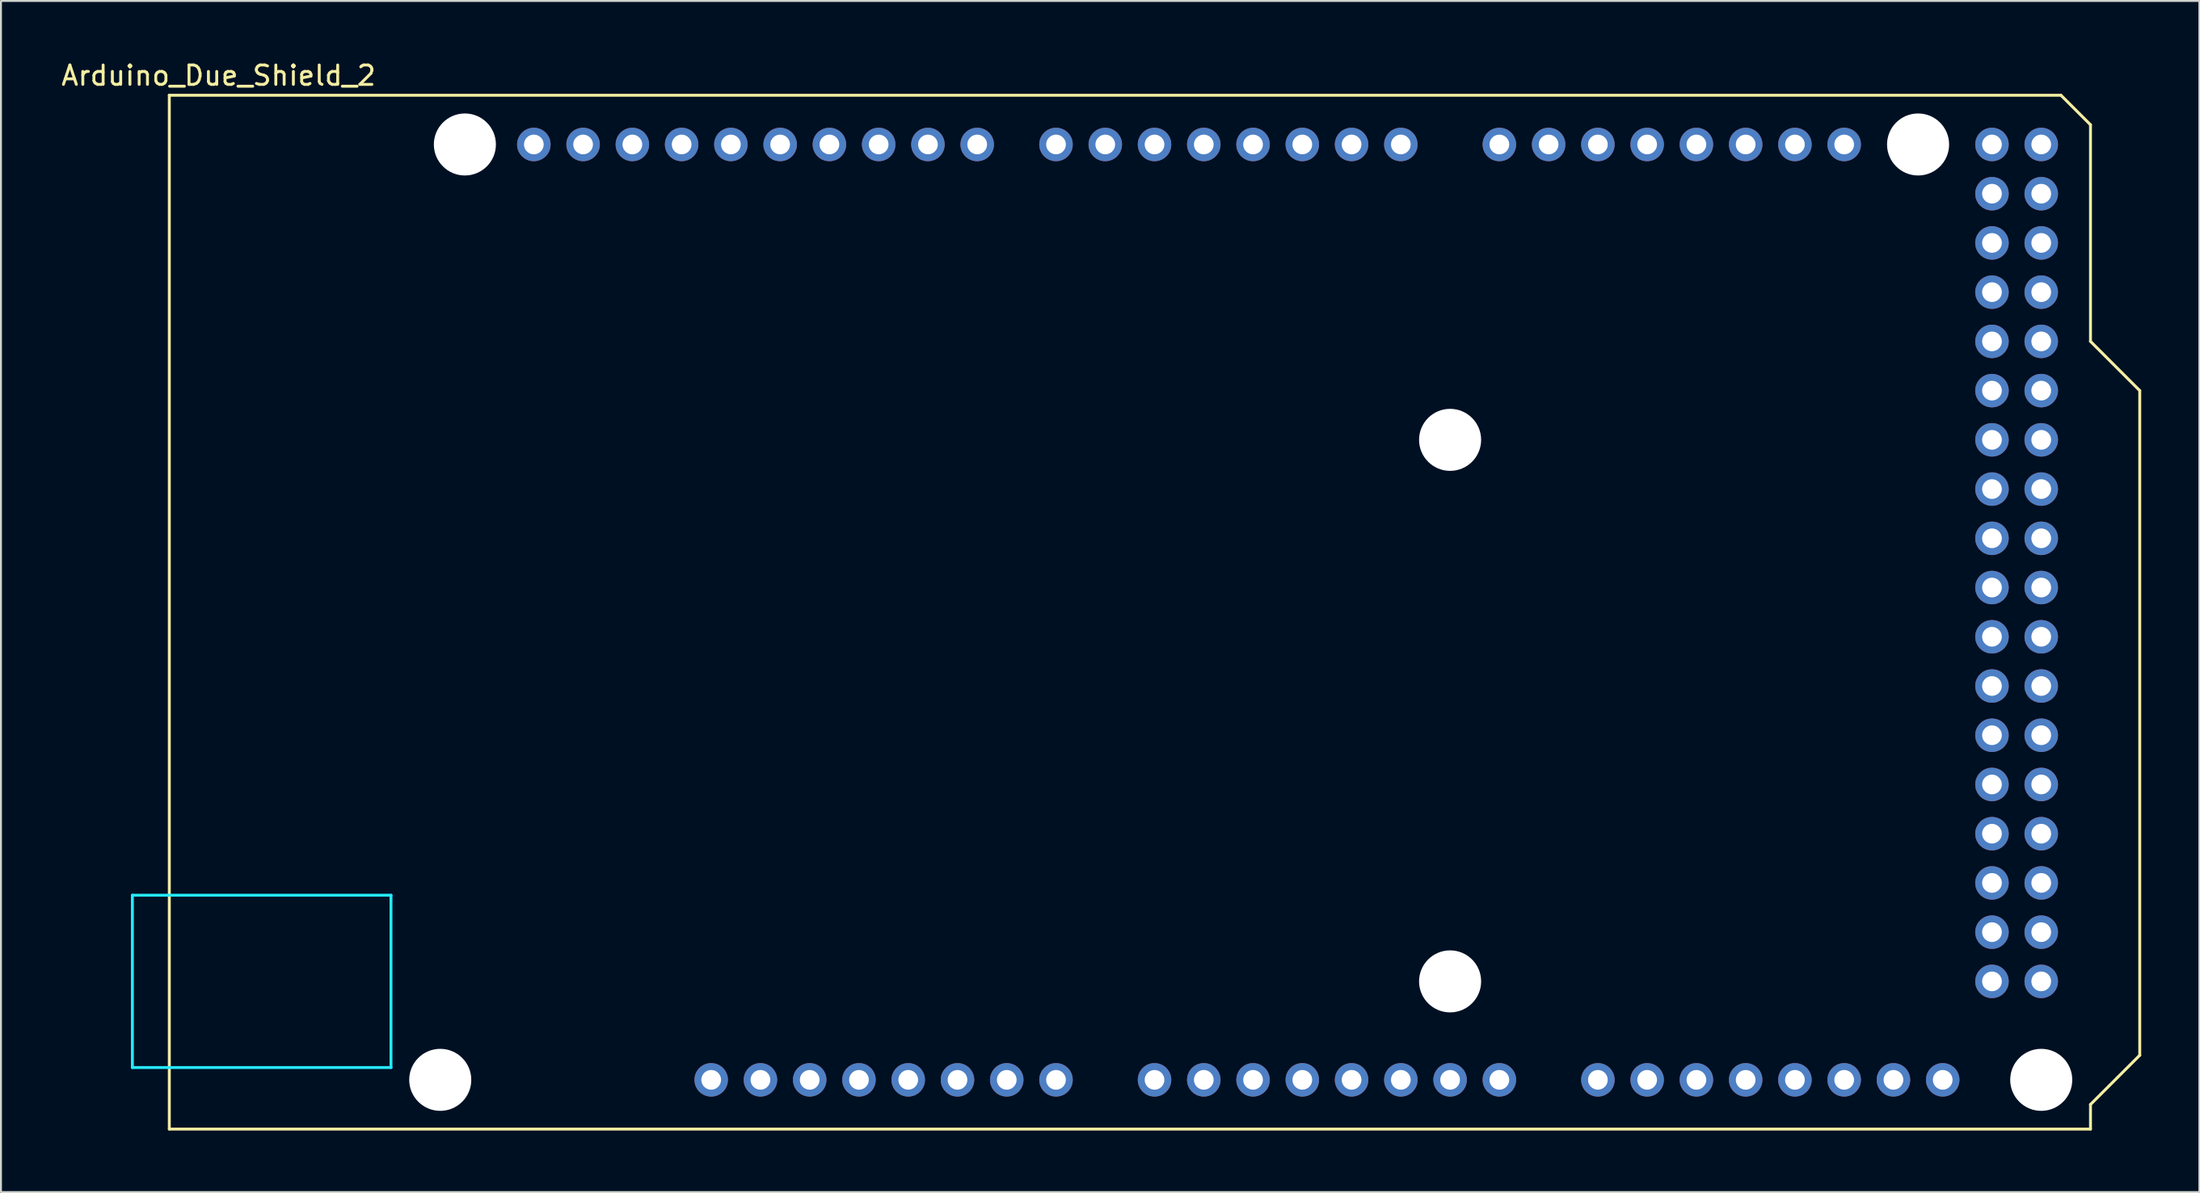
<source format=kicad_pcb>
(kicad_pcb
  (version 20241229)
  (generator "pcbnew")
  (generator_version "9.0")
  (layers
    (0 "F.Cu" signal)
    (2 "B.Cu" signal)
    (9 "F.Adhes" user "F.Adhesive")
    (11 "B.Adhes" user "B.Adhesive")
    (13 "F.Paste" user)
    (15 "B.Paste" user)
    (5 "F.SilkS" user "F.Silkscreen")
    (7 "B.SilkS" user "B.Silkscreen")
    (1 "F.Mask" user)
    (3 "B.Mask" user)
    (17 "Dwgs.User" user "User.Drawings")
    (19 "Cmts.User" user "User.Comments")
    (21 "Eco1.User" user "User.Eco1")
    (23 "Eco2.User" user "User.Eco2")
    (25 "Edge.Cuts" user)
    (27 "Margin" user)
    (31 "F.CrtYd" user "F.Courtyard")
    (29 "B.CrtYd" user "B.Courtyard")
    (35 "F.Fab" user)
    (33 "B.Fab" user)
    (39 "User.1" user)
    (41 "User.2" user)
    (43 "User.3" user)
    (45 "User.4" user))
  (footprint "Arduino_Due_Shield_2"
    (layer "F.Cu")
    (at 5.68 55.204)
    (property "Reference" "Arduino_Due_Shield_2" (at 2.54 -54.356 0) (layer "F.SilkS") (effects (font (size 1 1) (thickness 0.15))))
    (attr through_hole)
    (fp_line (start 0 -53.34) (end 0 0) (stroke (width 0.15) (type solid)) (layer "F.SilkS"))
    (fp_line (start 0 -53.34) (end 97.536 -53.34) (stroke (width 0.15) (type solid)) (layer "F.SilkS"))
    (fp_line (start 0 0) (end 99.06 0) (stroke (width 0.15) (type solid)) (layer "F.SilkS"))
    (fp_line (start 97.536 -53.34) (end 99.06 -51.816) (stroke (width 0.15) (type solid)) (layer "F.SilkS"))
    (fp_line (start 99.06 -40.64) (end 99.06 -51.816) (stroke (width 0.15) (type solid)) (layer "F.SilkS"))
    (fp_line (start 99.06 -1.27) (end 101.6 -3.81) (stroke (width 0.15) (type solid)) (layer "F.SilkS"))
    (fp_line (start 99.06 0) (end 99.06 -1.27) (stroke (width 0.15) (type solid)) (layer "F.SilkS"))
    (fp_line (start 101.6 -38.1) (end 99.06 -40.64) (stroke (width 0.15) (type solid)) (layer "F.SilkS"))
    (fp_line (start 101.6 -3.81) (end 101.6 -38.1) (stroke (width 0.15) (type solid)) (layer "F.SilkS"))
    (fp_line (start -1.905 -12.065) (end -1.905 -3.175) (stroke (width 0.15) (type solid)) (layer "B.CrtYd"))
    (fp_line (start -1.905 -12.065) (end 11.43 -12.065) (stroke (width 0.15) (type solid)) (layer "B.CrtYd"))
    (fp_line (start -1.905 -3.175) (end 11.43 -3.175) (stroke (width 0.15) (type solid)) (layer "B.CrtYd"))
    (fp_line (start 11.43 -12.065) (end 11.43 -3.175) (stroke (width 0.15) (type solid)) (layer "B.CrtYd"))
    (pad "" np_thru_hole circle (at 13.97 -2.54) (size 3.2 3.2) (drill 3.2) (layers "*.Cu" "*.Mask"))
    (pad "" np_thru_hole circle (at 15.24 -50.8) (size 3.2 3.2) (drill 3.2) (layers "*.Cu" "*.Mask"))
    (pad "" thru_hole oval (at 27.94 -2.54) (size 1.727 1.727) (drill 1.016) (layers "*.Cu" "*.Mask"))
    (pad "" np_thru_hole circle (at 66.04 -35.56) (size 3.2 3.2) (drill 3.2) (layers "*.Cu" "*.Mask"))
    (pad "" np_thru_hole circle (at 66.04 -7.62) (size 3.2 3.2) (drill 3.2) (layers "*.Cu" "*.Mask"))
    (pad "" np_thru_hole circle (at 90.17 -50.8) (size 3.2 3.2) (drill 3.2) (layers "*.Cu" "*.Mask"))
    (pad "" np_thru_hole circle (at 96.52 -2.54) (size 3.2 3.2) (drill 3.2) (layers "*.Cu" "*.Mask"))
    (pad "3.3V" thru_hole oval (at 35.56 -2.54) (size 1.727 1.727) (drill 1.016) (layers "*.Cu" "*.Mask"))
    (pad "5V1" thru_hole oval (at 38.1 -2.54) (size 1.727 1.727) (drill 1.016) (layers "*.Cu" "*.Mask"))
    (pad "5V3" thru_hole oval (at 93.98 -50.8) (size 1.727 1.727) (drill 1.016) (layers "*.Cu" "*.Mask"))
    (pad "5V4" thru_hole oval (at 96.52 -50.8) (size 1.727 1.727) (drill 1.016) (layers "*.Cu" "*.Mask"))
    (pad "A0" thru_hole oval (at 50.8 -2.54) (size 1.727 1.727) (drill 1.016) (layers "*.Cu" "*.Mask"))
    (pad "A1" thru_hole oval (at 53.34 -2.54) (size 1.727 1.727) (drill 1.016) (layers "*.Cu" "*.Mask"))
    (pad "A2" thru_hole oval (at 55.88 -2.54) (size 1.727 1.727) (drill 1.016) (layers "*.Cu" "*.Mask"))
    (pad "A3" thru_hole oval (at 58.42 -2.54) (size 1.727 1.727) (drill 1.016) (layers "*.Cu" "*.Mask"))
    (pad "A4" thru_hole oval (at 60.96 -2.54) (size 1.727 1.727) (drill 1.016) (layers "*.Cu" "*.Mask"))
    (pad "A5" thru_hole oval (at 63.5 -2.54) (size 1.727 1.727) (drill 1.016) (layers "*.Cu" "*.Mask"))
    (pad "A6" thru_hole oval (at 66.04 -2.54) (size 1.727 1.727) (drill 1.016) (layers "*.Cu" "*.Mask"))
    (pad "A7" thru_hole oval (at 68.58 -2.54) (size 1.727 1.727) (drill 1.016) (layers "*.Cu" "*.Mask"))
    (pad "A8" thru_hole oval (at 73.66 -2.54) (size 1.727 1.727) (drill 1.016) (layers "*.Cu" "*.Mask"))
    (pad "A9" thru_hole oval (at 76.2 -2.54) (size 1.727 1.727) (drill 1.016) (layers "*.Cu" "*.Mask"))
    (pad "A10" thru_hole oval (at 78.74 -2.54) (size 1.727 1.727) (drill 1.016) (layers "*.Cu" "*.Mask"))
    (pad "A11" thru_hole oval (at 81.28 -2.54) (size 1.727 1.727) (drill 1.016) (layers "*.Cu" "*.Mask"))
    (pad "AREF" thru_hole oval (at 23.876 -50.8) (size 1.727 1.727) (drill 1.016) (layers "*.Cu" "*.Mask"))
    (pad "CANR" thru_hole oval (at 88.9 -2.54) (size 1.727 1.727) (drill 1.016) (layers "*.Cu" "*.Mask"))
    (pad "CANT" thru_hole oval (at 91.44 -2.54) (size 1.727 1.727) (drill 1.016) (layers "*.Cu" "*.Mask"))
    (pad "D0" thru_hole oval (at 63.5 -50.8) (size 1.727 1.727) (drill 1.016) (layers "*.Cu" "*.Mask"))
    (pad "D1" thru_hole oval (at 60.96 -50.8) (size 1.727 1.727) (drill 1.016) (layers "*.Cu" "*.Mask"))
    (pad "D2" thru_hole oval (at 58.42 -50.8) (size 1.727 1.727) (drill 1.016) (layers "*.Cu" "*.Mask"))
    (pad "D3" thru_hole oval (at 55.88 -50.8) (size 1.727 1.727) (drill 1.016) (layers "*.Cu" "*.Mask"))
    (pad "D4" thru_hole oval (at 53.34 -50.8) (size 1.727 1.727) (drill 1.016) (layers "*.Cu" "*.Mask"))
    (pad "D5" thru_hole oval (at 50.8 -50.8) (size 1.727 1.727) (drill 1.016) (layers "*.Cu" "*.Mask"))
    (pad "D6" thru_hole oval (at 48.26 -50.8) (size 1.727 1.727) (drill 1.016) (layers "*.Cu" "*.Mask"))
    (pad "D7" thru_hole oval (at 45.72 -50.8) (size 1.727 1.727) (drill 1.016) (layers "*.Cu" "*.Mask"))
    (pad "D8" thru_hole oval (at 41.656 -50.8) (size 1.727 1.727) (drill 1.016) (layers "*.Cu" "*.Mask"))
    (pad "D9" thru_hole oval (at 39.116 -50.8) (size 1.727 1.727) (drill 1.016) (layers "*.Cu" "*.Mask"))
    (pad "D10" thru_hole oval (at 36.576 -50.8) (size 1.727 1.727) (drill 1.016) (layers "*.Cu" "*.Mask"))
    (pad "D11" thru_hole oval (at 34.036 -50.8) (size 1.727 1.727) (drill 1.016) (layers "*.Cu" "*.Mask"))
    (pad "D12" thru_hole oval (at 31.496 -50.8) (size 1.727 1.727) (drill 1.016) (layers "*.Cu" "*.Mask"))
    (pad "D13" thru_hole oval (at 28.956 -50.8) (size 1.727 1.727) (drill 1.016) (layers "*.Cu" "*.Mask"))
    (pad "D14" thru_hole oval (at 68.58 -50.8) (size 1.727 1.727) (drill 1.016) (layers "*.Cu" "*.Mask"))
    (pad "D15" thru_hole oval (at 71.12 -50.8) (size 1.727 1.727) (drill 1.016) (layers "*.Cu" "*.Mask"))
    (pad "D16" thru_hole oval (at 73.66 -50.8) (size 1.727 1.727) (drill 1.016) (layers "*.Cu" "*.Mask"))
    (pad "D17" thru_hole oval (at 76.2 -50.8) (size 1.727 1.727) (drill 1.016) (layers "*.Cu" "*.Mask"))
    (pad "D18" thru_hole oval (at 78.74 -50.8) (size 1.727 1.727) (drill 1.016) (layers "*.Cu" "*.Mask"))
    (pad "D19" thru_hole oval (at 81.28 -50.8) (size 1.727 1.727) (drill 1.016) (layers "*.Cu" "*.Mask"))
    (pad "D20" thru_hole oval (at 83.82 -50.8) (size 1.727 1.727) (drill 1.016) (layers "*.Cu" "*.Mask"))
    (pad "D21" thru_hole oval (at 86.36 -50.8) (size 1.727 1.727) (drill 1.016) (layers "*.Cu" "*.Mask"))
    (pad "D22" thru_hole oval (at 93.98 -48.26) (size 1.727 1.727) (drill 1.016) (layers "*.Cu" "*.Mask"))
    (pad "D23" thru_hole oval (at 96.52 -48.26) (size 1.727 1.727) (drill 1.016) (layers "*.Cu" "*.Mask"))
    (pad "D24" thru_hole oval (at 93.98 -45.72) (size 1.727 1.727) (drill 1.016) (layers "*.Cu" "*.Mask"))
    (pad "D25" thru_hole oval (at 96.52 -45.72) (size 1.727 1.727) (drill 1.016) (layers "*.Cu" "*.Mask"))
    (pad "D26" thru_hole oval (at 93.98 -43.18) (size 1.727 1.727) (drill 1.016) (layers "*.Cu" "*.Mask"))
    (pad "D27" thru_hole oval (at 96.52 -43.18) (size 1.727 1.727) (drill 1.016) (layers "*.Cu" "*.Mask"))
    (pad "D28" thru_hole oval (at 93.98 -40.64) (size 1.727 1.727) (drill 1.016) (layers "*.Cu" "*.Mask"))
    (pad "D29" thru_hole oval (at 96.52 -40.64) (size 1.727 1.727) (drill 1.016) (layers "*.Cu" "*.Mask"))
    (pad "D30" thru_hole oval (at 93.98 -38.1) (size 1.727 1.727) (drill 1.016) (layers "*.Cu" "*.Mask"))
    (pad "D31" thru_hole oval (at 96.52 -38.1) (size 1.727 1.727) (drill 1.016) (layers "*.Cu" "*.Mask"))
    (pad "D32" thru_hole oval (at 93.98 -35.56) (size 1.727 1.727) (drill 1.016) (layers "*.Cu" "*.Mask"))
    (pad "D33" thru_hole oval (at 96.52 -35.56) (size 1.727 1.727) (drill 1.016) (layers "*.Cu" "*.Mask"))
    (pad "D34" thru_hole oval (at 93.98 -33.02) (size 1.727 1.727) (drill 1.016) (layers "*.Cu" "*.Mask"))
    (pad "D35" thru_hole oval (at 96.52 -33.02) (size 1.727 1.727) (drill 1.016) (layers "*.Cu" "*.Mask"))
    (pad "D36" thru_hole oval (at 93.98 -30.48) (size 1.727 1.727) (drill 1.016) (layers "*.Cu" "*.Mask"))
    (pad "D37" thru_hole oval (at 96.52 -30.48) (size 1.727 1.727) (drill 1.016) (layers "*.Cu" "*.Mask"))
    (pad "D38" thru_hole oval (at 93.98 -27.94) (size 1.727 1.727) (drill 1.016) (layers "*.Cu" "*.Mask"))
    (pad "D39" thru_hole oval (at 96.52 -27.94) (size 1.727 1.727) (drill 1.016) (layers "*.Cu" "*.Mask"))
    (pad "D40" thru_hole oval (at 93.98 -25.4) (size 1.727 1.727) (drill 1.016) (layers "*.Cu" "*.Mask"))
    (pad "D41" thru_hole oval (at 96.52 -25.4) (size 1.727 1.727) (drill 1.016) (layers "*.Cu" "*.Mask"))
    (pad "D42" thru_hole oval (at 93.98 -22.86) (size 1.727 1.727) (drill 1.016) (layers "*.Cu" "*.Mask"))
    (pad "D43" thru_hole oval (at 96.52 -22.86) (size 1.727 1.727) (drill 1.016) (layers "*.Cu" "*.Mask"))
    (pad "D44" thru_hole oval (at 93.98 -20.32) (size 1.727 1.727) (drill 1.016) (layers "*.Cu" "*.Mask"))
    (pad "D45" thru_hole oval (at 96.52 -20.32) (size 1.727 1.727) (drill 1.016) (layers "*.Cu" "*.Mask"))
    (pad "D46" thru_hole oval (at 93.98 -17.78) (size 1.727 1.727) (drill 1.016) (layers "*.Cu" "*.Mask"))
    (pad "D47" thru_hole oval (at 96.52 -17.78) (size 1.727 1.727) (drill 1.016) (layers "*.Cu" "*.Mask"))
    (pad "D48" thru_hole oval (at 93.98 -15.24) (size 1.727 1.727) (drill 1.016) (layers "*.Cu" "*.Mask"))
    (pad "D49" thru_hole oval (at 96.52 -15.24) (size 1.727 1.727) (drill 1.016) (layers "*.Cu" "*.Mask"))
    (pad "D50" thru_hole oval (at 93.98 -12.7) (size 1.727 1.727) (drill 1.016) (layers "*.Cu" "*.Mask"))
    (pad "D51" thru_hole oval (at 96.52 -12.7) (size 1.727 1.727) (drill 1.016) (layers "*.Cu" "*.Mask"))
    (pad "D52" thru_hole oval (at 93.98 -10.16) (size 1.727 1.727) (drill 1.016) (layers "*.Cu" "*.Mask"))
    (pad "D53" thru_hole oval (at 96.52 -10.16) (size 1.727 1.727) (drill 1.016) (layers "*.Cu" "*.Mask"))
    (pad "DAC0" thru_hole oval (at 83.82 -2.54) (size 1.727 1.727) (drill 1.016) (layers "*.Cu" "*.Mask"))
    (pad "DAC1" thru_hole oval (at 86.36 -2.54) (size 1.727 1.727) (drill 1.016) (layers "*.Cu" "*.Mask"))
    (pad "GND1" thru_hole oval (at 26.416 -50.8) (size 1.727 1.727) (drill 1.016) (layers "*.Cu" "*.Mask"))
    (pad "GND2" thru_hole oval (at 40.64 -2.54) (size 1.727 1.727) (drill 1.016) (layers "*.Cu" "*.Mask"))
    (pad "GND3" thru_hole oval (at 43.18 -2.54) (size 1.727 1.727) (drill 1.016) (layers "*.Cu" "*.Mask"))
    (pad "GND5" thru_hole oval (at 93.98 -7.62) (size 1.727 1.727) (drill 1.016) (layers "*.Cu" "*.Mask"))
    (pad "GND6" thru_hole oval (at 96.52 -7.62) (size 1.727 1.727) (drill 1.016) (layers "*.Cu" "*.Mask"))
    (pad "IORF" thru_hole oval (at 30.48 -2.54) (size 1.727 1.727) (drill 1.016) (layers "*.Cu" "*.Mask"))
    (pad "RST1" thru_hole oval (at 33.02 -2.54) (size 1.727 1.727) (drill 1.016) (layers "*.Cu" "*.Mask"))
    (pad "SCL1" thru_hole oval (at 18.796 -50.8) (size 1.727 1.727) (drill 1.016) (layers "*.Cu" "*.Mask"))
    (pad "SDA1" thru_hole oval (at 21.336 -50.8) (size 1.727 1.727) (drill 1.016) (layers "*.Cu" "*.Mask"))
    (pad "VIN" thru_hole oval (at 45.72 -2.54) (size 1.727 1.727) (drill 1.016) (layers "*.Cu" "*.Mask")))
  (gr_rect
    (start -3 -3)
    (end 110.355 58.454)
    (stroke (width 0.1) (type default))
    (fill no)
    (layer "Edge.Cuts")))
</source>
